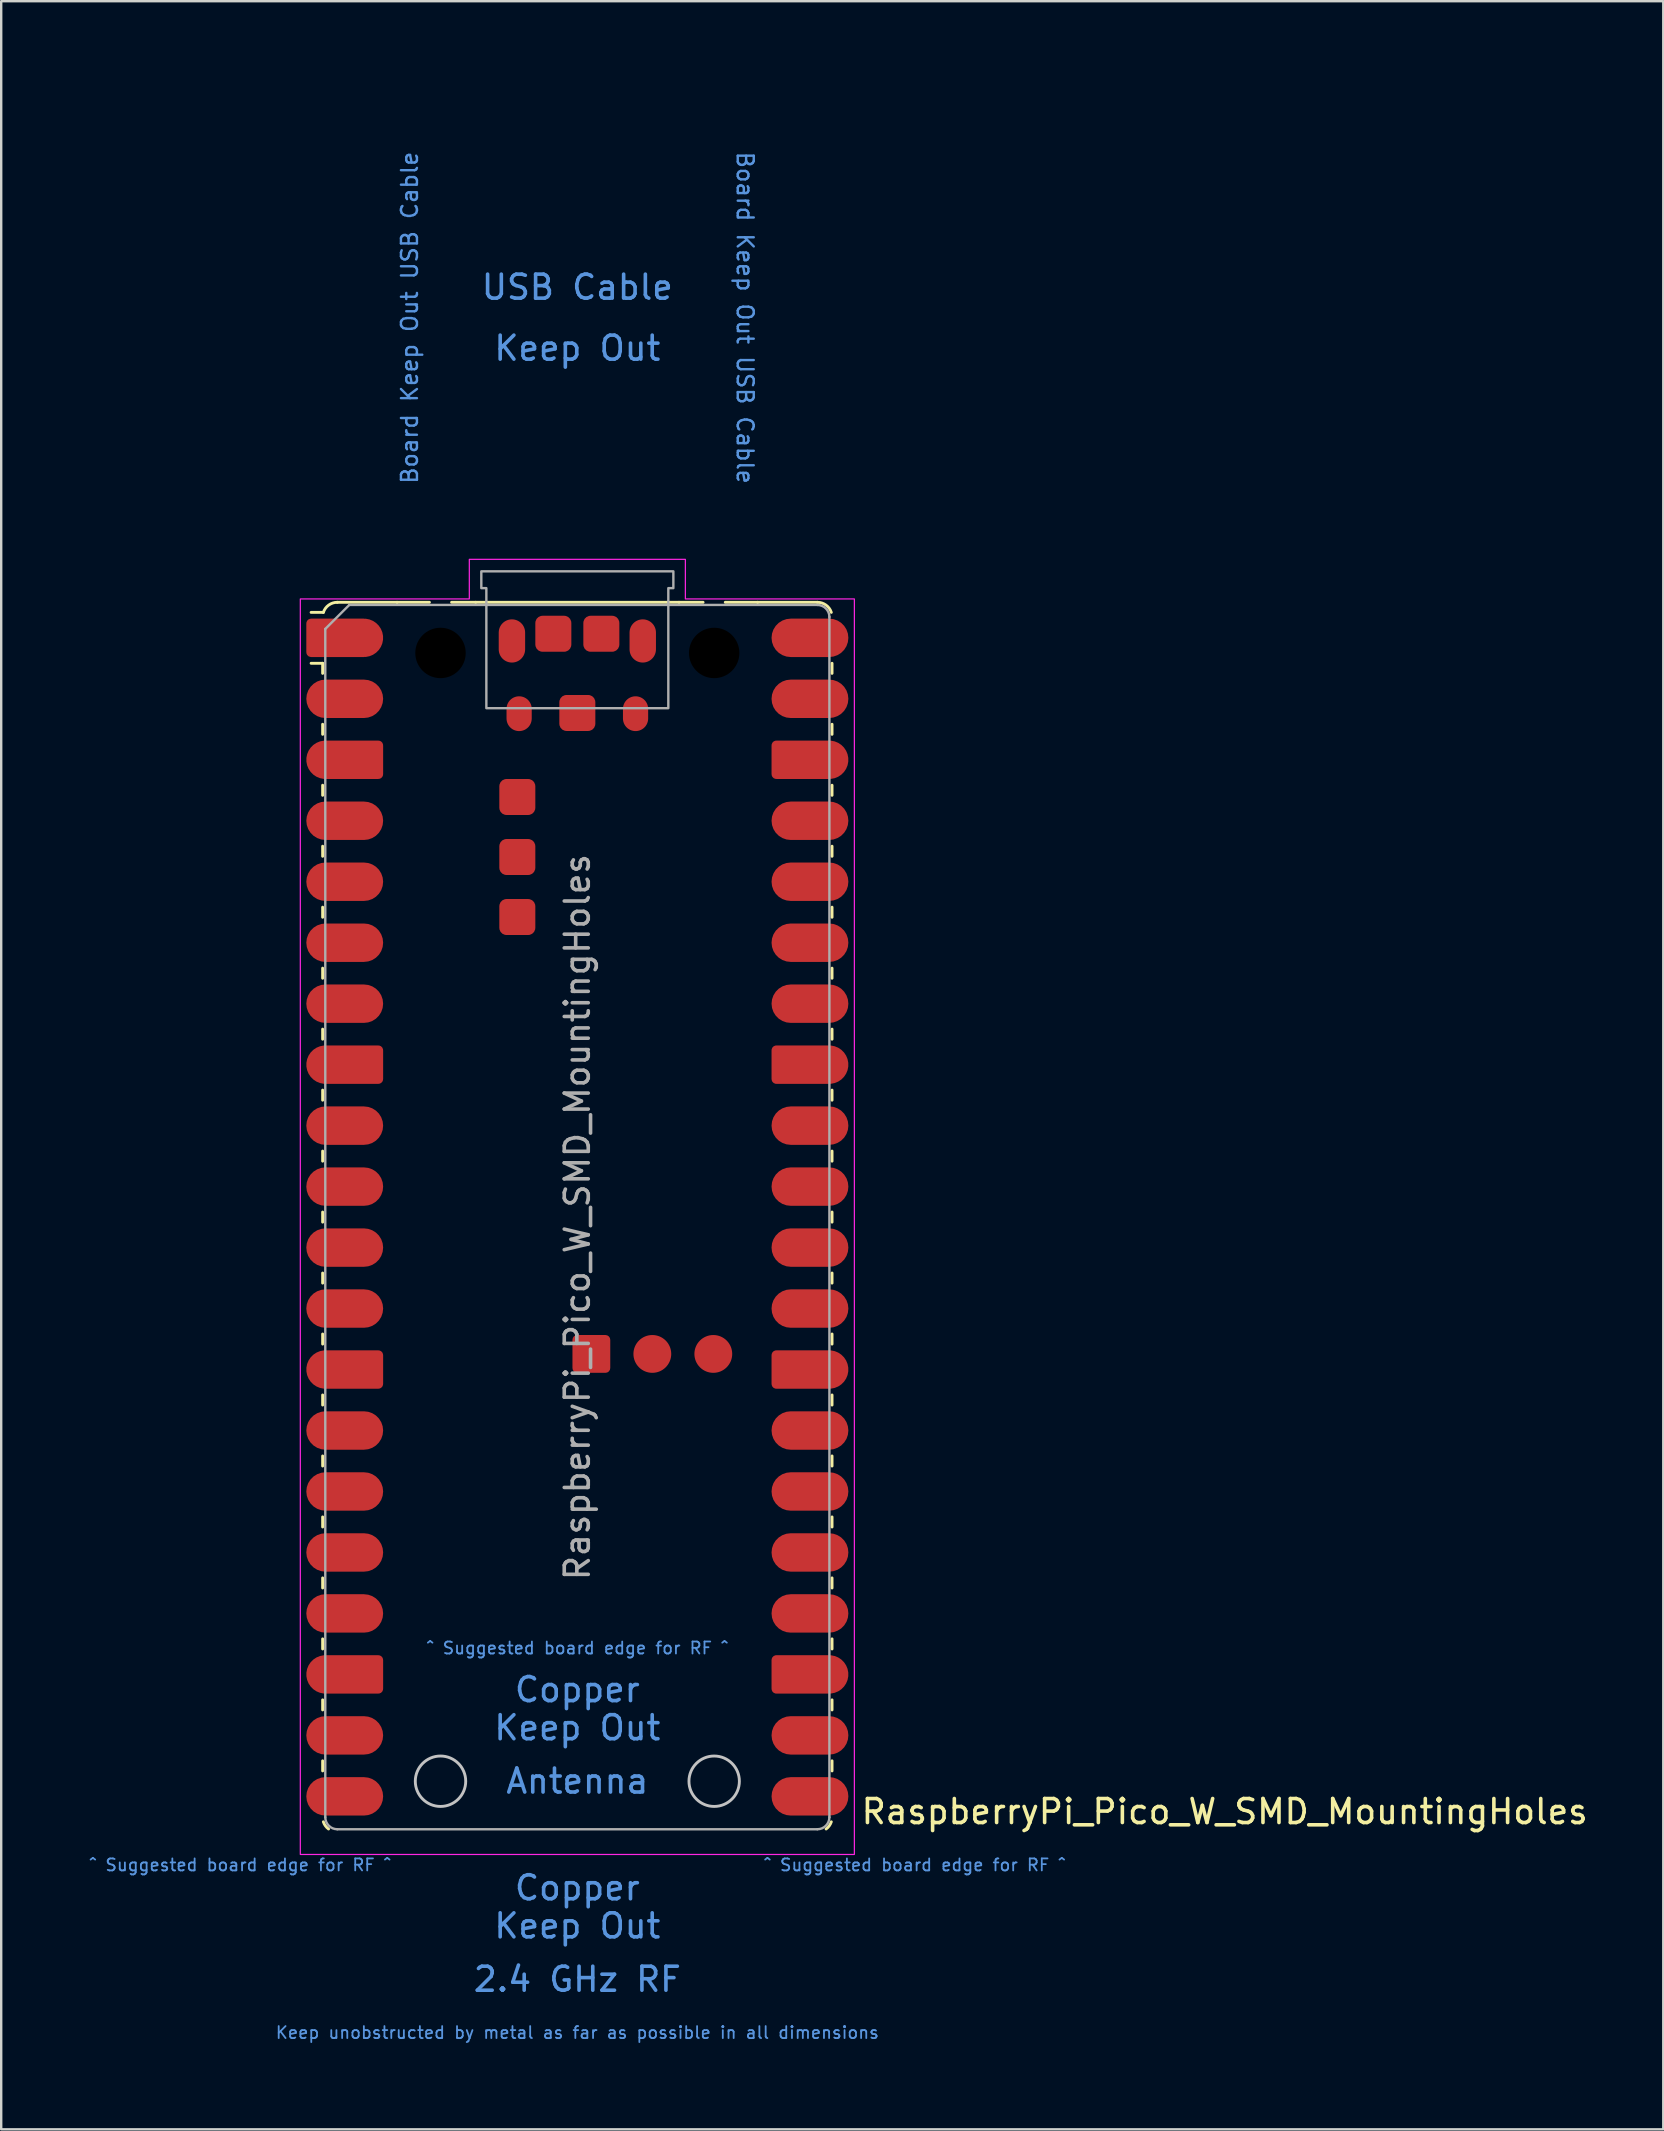
<source format=kicad_pcb>
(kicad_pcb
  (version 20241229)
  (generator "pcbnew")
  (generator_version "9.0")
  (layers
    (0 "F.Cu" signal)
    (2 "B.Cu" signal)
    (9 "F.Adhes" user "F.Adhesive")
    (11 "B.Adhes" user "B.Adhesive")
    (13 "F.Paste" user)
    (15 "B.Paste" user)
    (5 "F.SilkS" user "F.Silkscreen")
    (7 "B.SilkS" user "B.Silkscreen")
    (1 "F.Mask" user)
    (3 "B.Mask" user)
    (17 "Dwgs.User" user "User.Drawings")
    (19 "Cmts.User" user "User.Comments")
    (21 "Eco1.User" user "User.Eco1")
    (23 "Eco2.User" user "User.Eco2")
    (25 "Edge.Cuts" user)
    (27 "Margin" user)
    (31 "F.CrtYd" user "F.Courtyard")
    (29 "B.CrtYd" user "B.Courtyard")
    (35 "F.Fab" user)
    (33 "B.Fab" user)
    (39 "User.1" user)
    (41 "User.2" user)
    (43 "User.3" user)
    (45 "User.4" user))
  (footprint "RaspberryPi_Pico_W_SMD_MountingHoles"
    (layer "F.Cu")
    (at 21 47.65)
    (property "Reference" "RaspberryPi_Pico_W_SMD_MountingHoles" (at 11.748 24.765 0) (unlocked yes) (layer "F.SilkS") (effects (font (size 1 1) (thickness 0.15)) (justify left)))
    (attr smd)
    (fp_line (start -10.61 -23.07) (end -11.09 -23.07) (stroke (width 0.12) (type solid)) (layer "F.SilkS"))
    (fp_line (start -10.61 -23.07) (end -10.61 -22.65) (stroke (width 0.12) (type solid)) (layer "F.SilkS"))
    (fp_line (start -10.61 -20.53) (end -10.61 -20.11) (stroke (width 0.12) (type solid)) (layer "F.SilkS"))
    (fp_line (start -10.61 -17.99) (end -10.61 -17.57) (stroke (width 0.12) (type solid)) (layer "F.SilkS"))
    (fp_line (start -10.61 -15.45) (end -10.61 -15.03) (stroke (width 0.12) (type solid)) (layer "F.SilkS"))
    (fp_line (start -10.61 -12.91) (end -10.61 -12.49) (stroke (width 0.12) (type solid)) (layer "F.SilkS"))
    (fp_line (start -10.61 -10.37) (end -10.61 -9.95) (stroke (width 0.12) (type solid)) (layer "F.SilkS"))
    (fp_line (start -10.61 -7.83) (end -10.61 -7.41) (stroke (width 0.12) (type solid)) (layer "F.SilkS"))
    (fp_line (start -10.61 -5.29) (end -10.61 -4.87) (stroke (width 0.12) (type solid)) (layer "F.SilkS"))
    (fp_line (start -10.61 -2.75) (end -10.61 -2.33) (stroke (width 0.12) (type solid)) (layer "F.SilkS"))
    (fp_line (start -10.61 -0.21) (end -10.61 0.21) (stroke (width 0.12) (type solid)) (layer "F.SilkS"))
    (fp_line (start -10.61 2.33) (end -10.61 2.75) (stroke (width 0.12) (type solid)) (layer "F.SilkS"))
    (fp_line (start -10.61 4.87) (end -10.61 5.29) (stroke (width 0.12) (type solid)) (layer "F.SilkS"))
    (fp_line (start -10.61 7.41) (end -10.61 7.83) (stroke (width 0.12) (type solid)) (layer "F.SilkS"))
    (fp_line (start -10.61 9.95) (end -10.61 10.37) (stroke (width 0.12) (type solid)) (layer "F.SilkS"))
    (fp_line (start -10.61 12.49) (end -10.61 12.91) (stroke (width 0.12) (type solid)) (layer "F.SilkS"))
    (fp_line (start -10.61 15.03) (end -10.61 15.45) (stroke (width 0.12) (type solid)) (layer "F.SilkS"))
    (fp_line (start -10.61 17.57) (end -10.61 17.99) (stroke (width 0.12) (type solid)) (layer "F.SilkS"))
    (fp_line (start -10.61 20.11) (end -10.61 20.53) (stroke (width 0.12) (type solid)) (layer "F.SilkS"))
    (fp_line (start -10.61 22.65) (end -10.61 23.07) (stroke (width 0.12) (type solid)) (layer "F.SilkS"))
    (fp_line (start -10.58 -25.19) (end -11.09 -25.19) (stroke (width 0.12) (type solid)) (layer "F.SilkS"))
    (fp_line (start -10 -25.61) (end -7.51 -25.61) (stroke (width 0.12) (type solid)) (layer "F.SilkS"))
    (fp_line (start -7.51 -25.61) (end -6.162 -25.61) (stroke (width 0.12) (type solid)) (layer "F.SilkS"))
    (fp_line (start -5.238 -25.61) (end -4.235 -25.61) (stroke (width 0.12) (type solid)) (layer "F.SilkS"))
    (fp_line (start -4.235 -25.61) (end 4.235 -25.61) (stroke (width 0.12) (type solid)) (layer "F.SilkS"))
    (fp_line (start 4.235 -25.61) (end 5.238 -25.61) (stroke (width 0.12) (type solid)) (layer "F.SilkS"))
    (fp_line (start 6.162 -25.61) (end 7.51 -25.61) (stroke (width 0.12) (type solid)) (layer "F.SilkS"))
    (fp_line (start 10 -25.61) (end 7.51 -25.61) (stroke (width 0.12) (type solid)) (layer "F.SilkS"))
    (fp_line (start 10.61 -23.07) (end 10.61 -22.65) (stroke (width 0.12) (type solid)) (layer "F.SilkS"))
    (fp_line (start 10.61 -20.53) (end 10.61 -20.11) (stroke (width 0.12) (type solid)) (layer "F.SilkS"))
    (fp_line (start 10.61 -17.99) (end 10.61 -17.57) (stroke (width 0.12) (type solid)) (layer "F.SilkS"))
    (fp_line (start 10.61 -15.45) (end 10.61 -15.03) (stroke (width 0.12) (type solid)) (layer "F.SilkS"))
    (fp_line (start 10.61 -12.91) (end 10.61 -12.49) (stroke (width 0.12) (type solid)) (layer "F.SilkS"))
    (fp_line (start 10.61 -10.37) (end 10.61 -9.95) (stroke (width 0.12) (type solid)) (layer "F.SilkS"))
    (fp_line (start 10.61 -7.83) (end 10.61 -7.41) (stroke (width 0.12) (type solid)) (layer "F.SilkS"))
    (fp_line (start 10.61 -5.29) (end 10.61 -4.87) (stroke (width 0.12) (type solid)) (layer "F.SilkS"))
    (fp_line (start 10.61 -2.75) (end 10.61 -2.33) (stroke (width 0.12) (type solid)) (layer "F.SilkS"))
    (fp_line (start 10.61 -0.21) (end 10.61 0.21) (stroke (width 0.12) (type solid)) (layer "F.SilkS"))
    (fp_line (start 10.61 2.33) (end 10.61 2.75) (stroke (width 0.12) (type solid)) (layer "F.SilkS"))
    (fp_line (start 10.61 4.87) (end 10.61 5.29) (stroke (width 0.12) (type solid)) (layer "F.SilkS"))
    (fp_line (start 10.61 7.41) (end 10.61 7.83) (stroke (width 0.12) (type solid)) (layer "F.SilkS"))
    (fp_line (start 10.61 9.95) (end 10.61 10.37) (stroke (width 0.12) (type solid)) (layer "F.SilkS"))
    (fp_line (start 10.61 12.49) (end 10.61 12.91) (stroke (width 0.12) (type solid)) (layer "F.SilkS"))
    (fp_line (start 10.61 15.03) (end 10.61 15.45) (stroke (width 0.12) (type solid)) (layer "F.SilkS"))
    (fp_line (start 10.61 17.57) (end 10.61 17.99) (stroke (width 0.12) (type solid)) (layer "F.SilkS"))
    (fp_line (start 10.61 20.11) (end 10.61 20.53) (stroke (width 0.12) (type solid)) (layer "F.SilkS"))
    (fp_line (start 10.61 22.65) (end 10.61 23.07) (stroke (width 0.12) (type solid)) (layer "F.SilkS"))
    (fp_arc (start -10.579676 -25.189937) (mid -10.357938 -25.493944) (end -10 -25.61) (stroke (width 0.12) (type solid)) (layer "F.SilkS"))
    (fp_arc (start -10.363318 25.49) (mid -10.494791 25.356765) (end -10.579676 25.189937) (stroke (width 0.12) (type solid)) (layer "F.SilkS"))
    (fp_arc (start 10 -25.61) (mid 10.357937 -25.493944) (end 10.579676 -25.189937) (stroke (width 0.12) (type solid)) (layer "F.SilkS"))
    (fp_arc (start 10.579676 25.189937) (mid 10.494798 25.356768) (end 10.363318 25.49) (stroke (width 0.12) (type solid)) (layer "F.SilkS"))
    (fp_circle (center -5.7 23.5) (end -4.65 23.5) (stroke (width 0.12) (type solid)) (fill no) (layer "Dwgs.User"))
    (fp_circle (center 5.7 23.5) (end 6.75 23.5) (stroke (width 0.12) (type solid)) (fill no) (layer "Dwgs.User"))
    (fp_poly (pts (xy -4.5 -27.4) (xy 4.5 -27.4) (xy 4.5 -25.75) (xy 11.54 -25.75) (xy 11.54 26.55) (xy -11.54 26.55) (xy -11.54 -25.75) (xy -4.5 -25.75)) (stroke (width 0.05) (type solid)) (fill no) (layer "F.CrtYd"))
    (fp_line (start -10.5 -24.5) (end -9.5 -25.5) (stroke (width 0.1) (type solid)) (layer "F.Fab"))
    (fp_line (start -10.5 25) (end -10.5 -24.5) (stroke (width 0.1) (type solid)) (layer "F.Fab"))
    (fp_line (start -9.5 -25.5) (end 10 -25.5) (stroke (width 0.1) (type solid)) (layer "F.Fab"))
    (fp_line (start 10 25.5) (end -10 25.5) (stroke (width 0.1) (type solid)) (layer "F.Fab"))
    (fp_line (start 10.5 -25) (end 10.5 25) (stroke (width 0.1) (type solid)) (layer "F.Fab"))
    (fp_arc (start -10 25.5) (mid -10.353553 25.353553) (end -10.5 25) (stroke (width 0.1) (type solid)) (layer "F.Fab"))
    (fp_arc (start 10 -25.5) (mid 10.353553 -25.353553) (end 10.5 -25) (stroke (width 0.1) (type solid)) (layer "F.Fab"))
    (fp_arc (start 10.5 25) (mid 10.353553 25.353553) (end 10 25.5) (stroke (width 0.1) (type solid)) (layer "F.Fab"))
    (fp_poly (pts (xy 3.79 -21.2) (xy 3.79 -26.2) (xy 4 -26.2) (xy 4 -26.9) (xy -4 -26.9) (xy -4 -26.2) (xy -3.79 -26.2) (xy -3.79 -21.2)) (stroke (width 0.1) (type solid)) (fill no) (layer "F.Fab"))
    (fp_text user "Board Keep Out USB Cable" (at 6.985 -37.465 270) (unlocked yes) (layer "Cmts.User") (effects (font (size 0.667 0.667) (thickness 0.1))))
    (fp_text user "Keep Out" (at 0 29.527 0) (unlocked yes) (layer "Cmts.User") (effects (font (size 1 1) (thickness 0.15))))
    (fp_text user "USB Cable" (at 0 -38.735 0) (unlocked yes) (layer "Cmts.User") (effects (font (size 1 1) (thickness 0.15))))
    (fp_text user "^ Suggested board edge for RF ^" (at -14.05 26.988 0) (unlocked yes) (layer "Cmts.User") (effects (font (size 0.5 0.5) (thickness 0.075))))
    (fp_text user "Copper" (at 0 27.94 0) (unlocked yes) (layer "Cmts.User") (effects (font (size 1 1) (thickness 0.15))))
    (fp_text user "^ Suggested board edge for RF ^" (at 14.05 26.988 0) (unlocked yes) (layer "Cmts.User") (effects (font (size 0.5 0.5) (thickness 0.075))))
    (fp_text user "^ Suggested board edge for RF ^" (at 0 17.953 0) (unlocked yes) (layer "Cmts.User") (effects (font (size 0.5 0.5) (thickness 0.075))))
    (fp_text user "Antenna" (at 0 23.495 0) (unlocked yes) (layer "Cmts.User") (effects (font (size 1 1) (thickness 0.15))))
    (fp_text user "Board Keep Out USB Cable" (at -6.985 -37.465 90) (unlocked yes) (layer "Cmts.User") (effects (font (size 0.667 0.667) (thickness 0.1))))
    (fp_text user "2.4 GHz RF" (at 0 31.75 0) (unlocked yes) (layer "Cmts.User") (effects (font (size 1 1) (thickness 0.15))))
    (fp_text user "Keep unobstructed by metal as far as possible in all dimensions" (at 0 33.972 0) (unlocked yes) (layer "Cmts.User") (effects (font (size 0.5 0.5) (thickness 0.075))))
    (fp_text user "Keep Out" (at 0 -36.195 0) (unlocked yes) (layer "Cmts.User") (effects (font (size 1 1) (thickness 0.15))))
    (fp_text user "Keep Out" (at 0 21.273 0) (unlocked yes) (layer "Cmts.User") (effects (font (size 1 1) (thickness 0.15))))
    (fp_text user "Copper" (at 0 19.685 0) (unlocked yes) (layer "Cmts.User") (effects (font (size 1 1) (thickness 0.15))))
    (fp_text user "${REFERENCE}" (at 0 0 90) (layer "F.Fab") (effects (font (size 1 1) (thickness 0.15))))
    (pad "" np_thru_hole circle (at -5.7 -23.5) (size 3.8 3.8) (drill 2.1) (layers "*.Mask"))
    (pad "" smd oval (at -2.725 -24) (size 1.1 1.8) (layers "F.Cu" "F.Mask" "F.Paste"))
    (pad "" smd oval (at -2.425 -20.97) (size 1.05 1.45) (layers "F.Cu" "F.Mask" "F.Paste"))
    (pad "" smd oval (at 2.425 -20.97) (size 1.05 1.45) (layers "F.Cu" "F.Mask" "F.Paste"))
    (pad "" smd oval (at 2.725 -24) (size 1.1 1.8) (layers "F.Cu" "F.Mask" "F.Paste"))
    (pad "" np_thru_hole circle (at 5.7 -23.5) (size 3.8 3.8) (drill 2.1) (layers "*.Mask"))
    (pad "1" smd custom (at -8.89 -24.13) (size 1.6 1.6) (layers "F.Cu" "F.Mask" "F.Paste") (options (anchor circle)) (primitives (gr_poly (pts (xy -2.4 0.6) (xy -2.4 -0.6) (xy -2.2 -0.8) (xy 0 -0.8) (xy 0 0.8) (xy -2.2 0.8)) (width 0) (fill yes)) (gr_circle (center -2.2 0.6) (end -2 0.6) (width 0) (fill yes)) (gr_circle (center -2.2 -0.6) (end -2 -0.6) (width 0) (fill yes))))
    (pad "2" smd roundrect (at -8.89 -21.59) (size 3.2 1.6) (drill (offset -0.8 0)) (layers "F.Cu" "F.Mask" "F.Paste") (roundrect_rratio 0.5))
    (pad "3" smd custom (at -8.89 -19.05) (size 1.6 1.6) (layers "F.Cu" "F.Mask" "F.Paste") (options (anchor circle)) (primitives (gr_poly (pts (xy 0.8 -0.6) (xy 0.8 0.6) (xy 0.6 0.8) (xy -1.6 0.8) (xy -1.6 -0.8) (xy 0.6 -0.8)) (width 0) (fill yes)) (gr_circle (center 0.6 0.6) (end 0.8 0.6) (width 0) (fill yes)) (gr_circle (center 0.6 -0.6) (end 0.8 -0.6) (width 0) (fill yes)) (gr_circle (center -1.6 0) (end -0.8 0) (width 0) (fill yes))))
    (pad "4" smd roundrect (at -8.89 -16.51) (size 3.2 1.6) (drill (offset -0.8 0)) (layers "F.Cu" "F.Mask" "F.Paste") (roundrect_rratio 0.5))
    (pad "5" smd roundrect (at -8.89 -13.97) (size 3.2 1.6) (drill (offset -0.8 0)) (layers "F.Cu" "F.Mask" "F.Paste") (roundrect_rratio 0.5))
    (pad "6" smd roundrect (at -8.89 -11.43) (size 3.2 1.6) (drill (offset -0.8 0)) (layers "F.Cu" "F.Mask" "F.Paste") (roundrect_rratio 0.5))
    (pad "7" smd roundrect (at -8.89 -8.89) (size 3.2 1.6) (drill (offset -0.8 0)) (layers "F.Cu" "F.Mask" "F.Paste") (roundrect_rratio 0.5))
    (pad "8" smd custom (at -8.89 -6.35) (size 1.6 1.6) (layers "F.Cu" "F.Mask" "F.Paste") (options (anchor circle)) (primitives (gr_poly (pts (xy 0.8 -0.6) (xy 0.8 0.6) (xy 0.6 0.8) (xy -1.6 0.8) (xy -1.6 -0.8) (xy 0.6 -0.8)) (width 0) (fill yes)) (gr_circle (center 0.6 0.6) (end 0.8 0.6) (width 0) (fill yes)) (gr_circle (center 0.6 -0.6) (end 0.8 -0.6) (width 0) (fill yes)) (gr_circle (center -1.6 0) (end -0.8 0) (width 0) (fill yes))))
    (pad "9" smd roundrect (at -8.89 -3.81) (size 3.2 1.6) (drill (offset -0.8 0)) (layers "F.Cu" "F.Mask" "F.Paste") (roundrect_rratio 0.5))
    (pad "10" smd roundrect (at -8.89 -1.27) (size 3.2 1.6) (drill (offset -0.8 0)) (layers "F.Cu" "F.Mask" "F.Paste") (roundrect_rratio 0.5))
    (pad "11" smd roundrect (at -8.89 1.27) (size 3.2 1.6) (drill (offset -0.8 0)) (layers "F.Cu" "F.Mask" "F.Paste") (roundrect_rratio 0.5))
    (pad "12" smd roundrect (at -8.89 3.81) (size 3.2 1.6) (drill (offset -0.8 0)) (layers "F.Cu" "F.Mask" "F.Paste") (roundrect_rratio 0.5))
    (pad "13" smd custom (at -8.89 6.35) (size 1.6 1.6) (layers "F.Cu" "F.Mask" "F.Paste") (options (anchor circle)) (primitives (gr_poly (pts (xy 0.8 -0.6) (xy 0.8 0.6) (xy 0.6 0.8) (xy -1.6 0.8) (xy -1.6 -0.8) (xy 0.6 -0.8)) (width 0) (fill yes)) (gr_circle (center 0.6 0.6) (end 0.8 0.6) (width 0) (fill yes)) (gr_circle (center 0.6 -0.6) (end 0.8 -0.6) (width 0) (fill yes)) (gr_circle (center -1.6 0) (end -0.8 0) (width 0) (fill yes))))
    (pad "14" smd roundrect (at -8.89 8.89) (size 3.2 1.6) (drill (offset -0.8 0)) (layers "F.Cu" "F.Mask" "F.Paste") (roundrect_rratio 0.5))
    (pad "15" smd roundrect (at -8.89 11.43) (size 3.2 1.6) (drill (offset -0.8 0)) (layers "F.Cu" "F.Mask" "F.Paste") (roundrect_rratio 0.5))
    (pad "16" smd roundrect (at -8.89 13.97) (size 3.2 1.6) (drill (offset -0.8 0)) (layers "F.Cu" "F.Mask" "F.Paste") (roundrect_rratio 0.5))
    (pad "17" smd roundrect (at -8.89 16.51) (size 3.2 1.6) (drill (offset -0.8 0)) (layers "F.Cu" "F.Mask" "F.Paste") (roundrect_rratio 0.5))
    (pad "18" smd custom (at -8.89 19.05) (size 1.6 1.6) (layers "F.Cu" "F.Mask" "F.Paste") (options (anchor circle)) (primitives (gr_poly (pts (xy 0.8 -0.6) (xy 0.8 0.6) (xy 0.6 0.8) (xy -1.6 0.8) (xy -1.6 -0.8) (xy 0.6 -0.8)) (width 0) (fill yes)) (gr_circle (center 0.6 0.6) (end 0.8 0.6) (width 0) (fill yes)) (gr_circle (center 0.6 -0.6) (end 0.8 -0.6) (width 0) (fill yes)) (gr_circle (center -1.6 0) (end -0.8 0) (width 0) (fill yes))))
    (pad "19" smd roundrect (at -8.89 21.59) (size 3.2 1.6) (drill (offset -0.8 0)) (layers "F.Cu" "F.Mask" "F.Paste") (roundrect_rratio 0.5))
    (pad "20" smd roundrect (at -8.89 24.13) (size 3.2 1.6) (drill (offset -0.8 0)) (layers "F.Cu" "F.Mask" "F.Paste") (roundrect_rratio 0.5))
    (pad "21" smd roundrect (at 8.89 24.13) (size 3.2 1.6) (drill (offset 0.8 0)) (layers "F.Cu" "F.Mask" "F.Paste") (roundrect_rratio 0.5))
    (pad "22" smd roundrect (at 8.89 21.59) (size 3.2 1.6) (drill (offset 0.8 0)) (layers "F.Cu" "F.Mask" "F.Paste") (roundrect_rratio 0.5))
    (pad "23" smd custom (at 8.89 19.05) (size 1.6 1.6) (layers "F.Cu" "F.Mask" "F.Paste") (options (anchor circle)) (primitives (gr_poly (pts (xy -0.8 -0.6) (xy -0.8 0.6) (xy -0.6 0.8) (xy 1.6 0.8) (xy 1.6 -0.8) (xy -0.6 -0.8)) (width 0) (fill yes)) (gr_circle (center -0.6 0.6) (end -0.4 0.6) (width 0) (fill yes)) (gr_circle (center -0.6 -0.6) (end -0.4 -0.6) (width 0) (fill yes)) (gr_circle (center 1.6 0) (end 2.4 0) (width 0) (fill yes))))
    (pad "24" smd roundrect (at 8.89 16.51) (size 3.2 1.6) (drill (offset 0.8 0)) (layers "F.Cu" "F.Mask" "F.Paste") (roundrect_rratio 0.5))
    (pad "25" smd roundrect (at 8.89 13.97) (size 3.2 1.6) (drill (offset 0.8 0)) (layers "F.Cu" "F.Mask" "F.Paste") (roundrect_rratio 0.5))
    (pad "26" smd roundrect (at 8.89 11.43) (size 3.2 1.6) (drill (offset 0.8 0)) (layers "F.Cu" "F.Mask" "F.Paste") (roundrect_rratio 0.5))
    (pad "27" smd roundrect (at 8.89 8.89) (size 3.2 1.6) (drill (offset 0.8 0)) (layers "F.Cu" "F.Mask" "F.Paste") (roundrect_rratio 0.5))
    (pad "28" smd custom (at 8.89 6.35) (size 1.6 1.6) (layers "F.Cu" "F.Mask" "F.Paste") (options (anchor circle)) (primitives (gr_poly (pts (xy -0.8 -0.6) (xy -0.8 0.6) (xy -0.6 0.8) (xy 1.6 0.8) (xy 1.6 -0.8) (xy -0.6 -0.8)) (width 0) (fill yes)) (gr_circle (center -0.6 0.6) (end -0.4 0.6) (width 0) (fill yes)) (gr_circle (center -0.6 -0.6) (end -0.4 -0.6) (width 0) (fill yes)) (gr_circle (center 1.6 0) (end 2.4 0) (width 0) (fill yes))))
    (pad "29" smd roundrect (at 8.89 3.81) (size 3.2 1.6) (drill (offset 0.8 0)) (layers "F.Cu" "F.Mask" "F.Paste") (roundrect_rratio 0.5))
    (pad "30" smd roundrect (at 8.89 1.27) (size 3.2 1.6) (drill (offset 0.8 0)) (layers "F.Cu" "F.Mask" "F.Paste") (roundrect_rratio 0.5))
    (pad "31" smd roundrect (at 8.89 -1.27) (size 3.2 1.6) (drill (offset 0.8 0)) (layers "F.Cu" "F.Mask" "F.Paste") (roundrect_rratio 0.5))
    (pad "32" smd roundrect (at 8.89 -3.81) (size 3.2 1.6) (drill (offset 0.8 0)) (layers "F.Cu" "F.Mask" "F.Paste") (roundrect_rratio 0.5))
    (pad "33" smd custom (at 8.89 -6.35) (size 1.6 1.6) (layers "F.Cu" "F.Mask" "F.Paste") (options (anchor circle)) (primitives (gr_poly (pts (xy -0.8 -0.6) (xy -0.8 0.6) (xy -0.6 0.8) (xy 1.6 0.8) (xy 1.6 -0.8) (xy -0.6 -0.8)) (width 0) (fill yes)) (gr_circle (center -0.6 0.6) (end -0.4 0.6) (width 0) (fill yes)) (gr_circle (center -0.6 -0.6) (end -0.4 -0.6) (width 0) (fill yes)) (gr_circle (center 1.6 0) (end 2.4 0) (width 0) (fill yes))))
    (pad "34" smd roundrect (at 8.89 -8.89) (size 3.2 1.6) (drill (offset 0.8 0)) (layers "F.Cu" "F.Mask" "F.Paste") (roundrect_rratio 0.5))
    (pad "35" smd roundrect (at 8.89 -11.43) (size 3.2 1.6) (drill (offset 0.8 0)) (layers "F.Cu" "F.Mask" "F.Paste") (roundrect_rratio 0.5))
    (pad "36" smd roundrect (at 8.89 -13.97) (size 3.2 1.6) (drill (offset 0.8 0)) (layers "F.Cu" "F.Mask" "F.Paste") (roundrect_rratio 0.5))
    (pad "37" smd roundrect (at 8.89 -16.51) (size 3.2 1.6) (drill (offset 0.8 0)) (layers "F.Cu" "F.Mask" "F.Paste") (roundrect_rratio 0.5))
    (pad "38" smd custom (at 8.89 -19.05) (size 1.6 1.6) (layers "F.Cu" "F.Mask" "F.Paste") (options (anchor circle)) (primitives (gr_poly (pts (xy -0.8 -0.6) (xy -0.8 0.6) (xy -0.6 0.8) (xy 1.6 0.8) (xy 1.6 -0.8) (xy -0.6 -0.8)) (width 0) (fill yes)) (gr_circle (center -0.6 0.6) (end -0.4 0.6) (width 0) (fill yes)) (gr_circle (center -0.6 -0.6) (end -0.4 -0.6) (width 0) (fill yes)) (gr_circle (center 1.6 0) (end 2.4 0) (width 0) (fill yes))))
    (pad "39" smd roundrect (at 8.89 -21.59) (size 3.2 1.6) (drill (offset 0.8 0)) (layers "F.Cu" "F.Mask" "F.Paste") (roundrect_rratio 0.5))
    (pad "40" smd roundrect (at 8.89 -24.13) (size 3.2 1.6) (drill (offset 0.8 0)) (layers "F.Cu" "F.Mask" "F.Paste") (roundrect_rratio 0.5))
    (pad "D1" smd roundrect (at 0.584 5.7) (size 1.575 1.575) (layers "F.Cu" "F.Mask" "F.Paste") (roundrect_rratio 0.127))
    (pad "D2" smd circle (at 3.124 5.7) (size 1.575 1.575) (layers "F.Cu" "F.Mask" "F.Paste"))
    (pad "D3" smd circle (at 5.664 5.7) (size 1.575 1.575) (layers "F.Cu" "F.Mask" "F.Paste"))
    (pad "TP1" smd roundrect (at 0 -21) (size 1.5 1.5) (layers "F.Cu" "F.Mask" "F.Paste") (roundrect_rratio 0.2))
    (pad "TP2" smd roundrect (at 1 -24.3) (size 1.5 1.5) (layers "F.Cu" "F.Mask" "F.Paste") (roundrect_rratio 0.2))
    (pad "TP3" smd roundrect (at -1 -24.3) (size 1.5 1.5) (layers "F.Cu" "F.Mask" "F.Paste") (roundrect_rratio 0.2))
    (pad "TP4" smd roundrect (at -2.5 -17.5) (size 1.5 1.5) (layers "F.Cu" "F.Mask" "F.Paste") (roundrect_rratio 0.2))
    (pad "TP5" smd roundrect (at -2.5 -15) (size 1.5 1.5) (layers "F.Cu" "F.Mask" "F.Paste") (roundrect_rratio 0.2))
    (pad "TP6" smd roundrect (at -2.5 -12.5) (size 1.5 1.5) (layers "F.Cu" "F.Mask" "F.Paste") (roundrect_rratio 0.2))
    (zone (net_name "") (layers "F.Cu" "B.Cu" "F.Paste" "B.Paste") (name "RF Copper Keep Out") (hatch full 0.5) (connect_pads) (min_thickness 0.254) (filled_areas_thickness no) (keepout (tracks not_allowed) (vias not_allowed) (pads not_allowed) (copperpour not_allowed) (footprints not_allowed)) (placement (enabled no)) (fill) (polygon (pts (xy 0 72.65) (xy 42 72.65) (xy 42 82.65) (xy 0 82.65))))
    (zone (net_name "") (layers "F.Cu" "B.Cu" "F.Paste" "B.Paste") (name "Antenna Copper Keep Out") (hatch full 0.5) (connect_pads) (min_thickness 0.254) (filled_areas_thickness no) (keepout (tracks not_allowed) (vias not_allowed) (pads not_allowed) (copperpour not_allowed) (footprints not_allowed)) (placement (enabled no)) (fill) (polygon (pts (xy 18.6 72.64) (xy 13.9 68.99) (xy 13.9 64.65) (xy 28.1 64.65) (xy 28.1 68.99) (xy 23.4 72.64) (xy 23.4 72.65) (xy 18.6 72.65))))
    (zone (net_name "") (layer "Edge.Cuts") (name "Board Keep Out USB Cable") (hatch edge 0.5) (connect_pads) (min_thickness 0.254) (filled_areas_thickness no) (keepout (tracks allowed) (vias allowed) (pads allowed) (copperpour allowed) (footprints allowed)) (placement (enabled no)) (fill) (polygon (pts (xy 14.8 0) (xy 27.2 0) (xy 27.2 20.4) (xy 14.8 20.4))))
    (zone (net_name "") (layer "Edge.Cuts") (name "Board Keep Out Suggestion RF") (hatch edge 0.5) (connect_pads) (min_thickness 0.254) (filled_areas_thickness no) (keepout (tracks allowed) (vias allowed) (pads allowed) (copperpour allowed) (footprints allowed)) (placement (enabled no)) (fill) (polygon (pts (xy 28.1 73.65) (xy 42 73.65) (xy 42 82.65) (xy 0 82.65) (xy 0 73.65) (xy 13.9 73.65) (xy 13.9 64.65) (xy 28.1 64.65))))
    (zone (net_name "") (layer "F.CrtYd") (name "USB Cable Keep Out") (hatch full 0.5) (connect_pads) (min_thickness 0.254) (filled_areas_thickness no) (keepout (tracks allowed) (vias allowed) (pads allowed) (copperpour allowed) (footprints not_allowed)) (placement (enabled no)) (fill) (polygon (pts (xy 15.25 19.95) (xy 17.06 19.95) (xy 17.06 20.25) (xy 24.94 20.25) (xy 24.94 19.95) (xy 26.75 19.95) (xy 26.75 0.45) (xy 15.25 0.45)))))
  (gr_rect
    (start -3 -3)
    (end 66.236 85.65)
    (stroke (width 0.1) (type default))
    (fill no)
    (layer "Edge.Cuts")))
</source>
